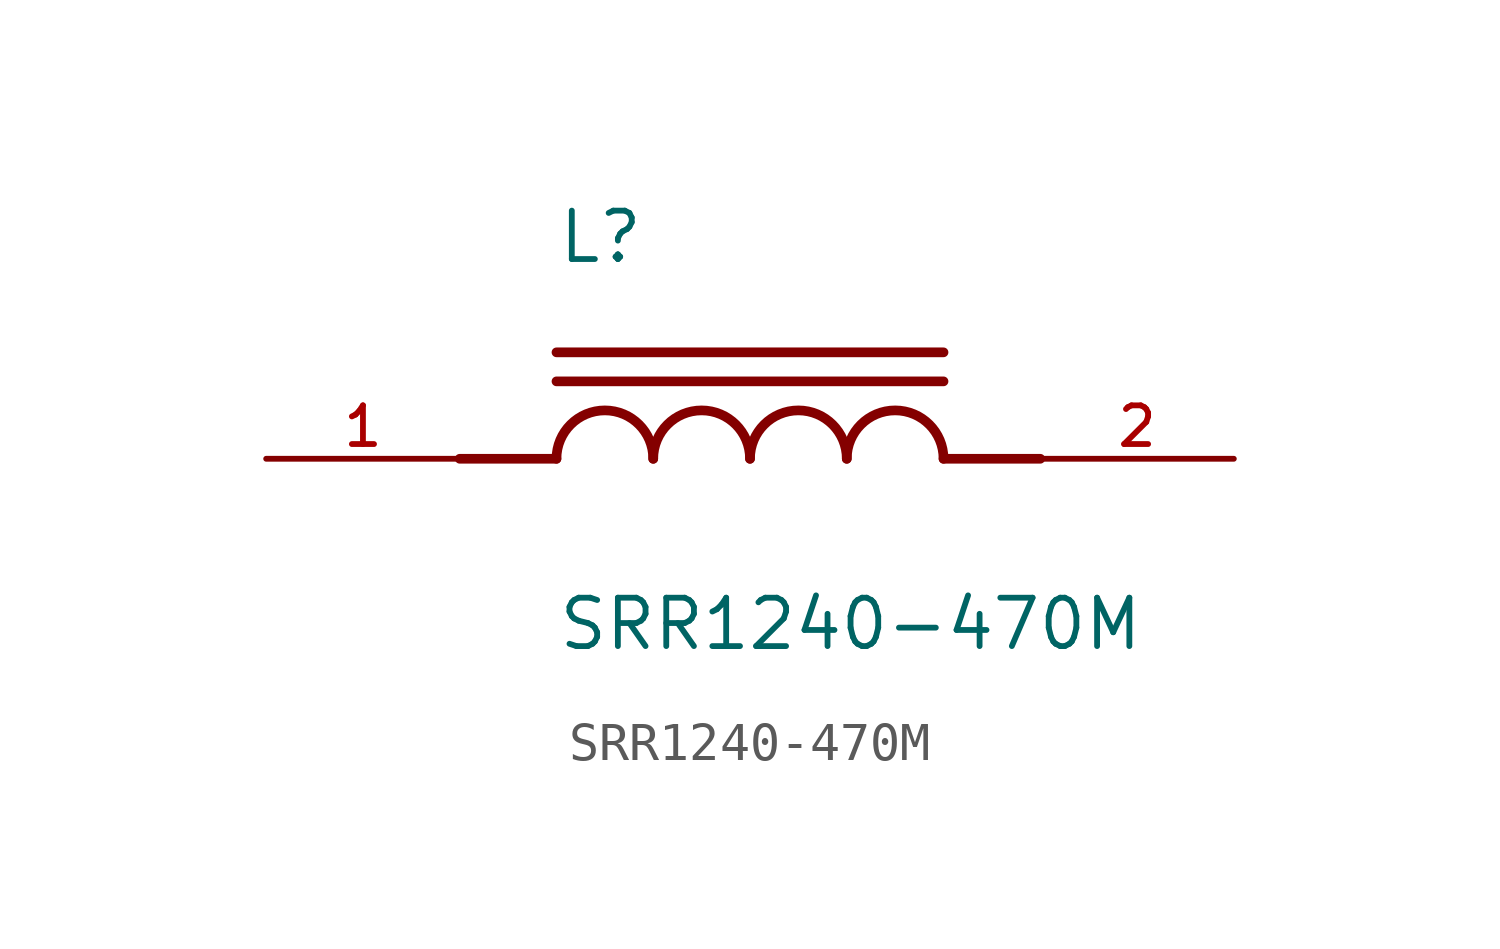
<source format=kicad_sym>
(kicad_symbol_lib
  (version 20211014)
  (generator kicad_symbol_editor)
  (symbol "SRR1240-470M"
    (pin_names
      (offset 1.016))
    (property "Reference" "L"
      (at -5.08 5.08 0)
      (effects (font (size 1.27 1.27)) (justify bottom left)))
    (property "Value" "SRR1240-470M"
      (at -5.08 -5.08 0)
      (effects (font (size 1.27 1.27)) (justify bottom left)))
    (symbol "SRR1240-470M_0_0"
      (polyline (pts (xy -5.08 0.0) (xy -7.62 0.0)) (stroke (width 0.254)))
      (polyline (pts (xy 5.08 0.0) (xy 7.62 0.0)) (stroke (width 0.254)))
      (arc (start -2.54 0.0) (mid -3.81 1.27) (end -5.08 0.0) (stroke (width 0.254) (type default) (color 0 0 0 0)) (fill (type none)))
      (arc (start 0.0 0.0) (mid -1.27 1.27) (end -2.54 0.0) (stroke (width 0.254) (type default) (color 0 0 0 0)) (fill (type none)))
      (arc (start 2.54 0.0) (mid 1.27 1.27) (end 0.0 0.0) (stroke (width 0.254) (type default) (color 0 0 0 0)) (fill (type none)))
      (arc (start 5.08 0.0) (mid 3.81 1.27) (end 2.54 0.0) (stroke (width 0.254) (type default) (color 0 0 0 0)) (fill (type none)))
      (polyline (pts (xy -5.08 2.032) (xy 5.08 2.032)) (stroke (width 0.254)))
      (polyline (pts (xy -5.08 2.794) (xy 5.08 2.794)) (stroke (width 0.254)))
      (pin passive line (at -12.7 0.0 0) (length 5.08) (name "~" (effects (font (size 1.016 1.016)))) (number "1" (effects (font (size 1.016 1.016)))))
      (pin passive line (at 12.7 0.0 180.0) (length 5.08) (name "~" (effects (font (size 1.016 1.016)))) (number "2" (effects (font (size 1.016 1.016))))))))
</source>
